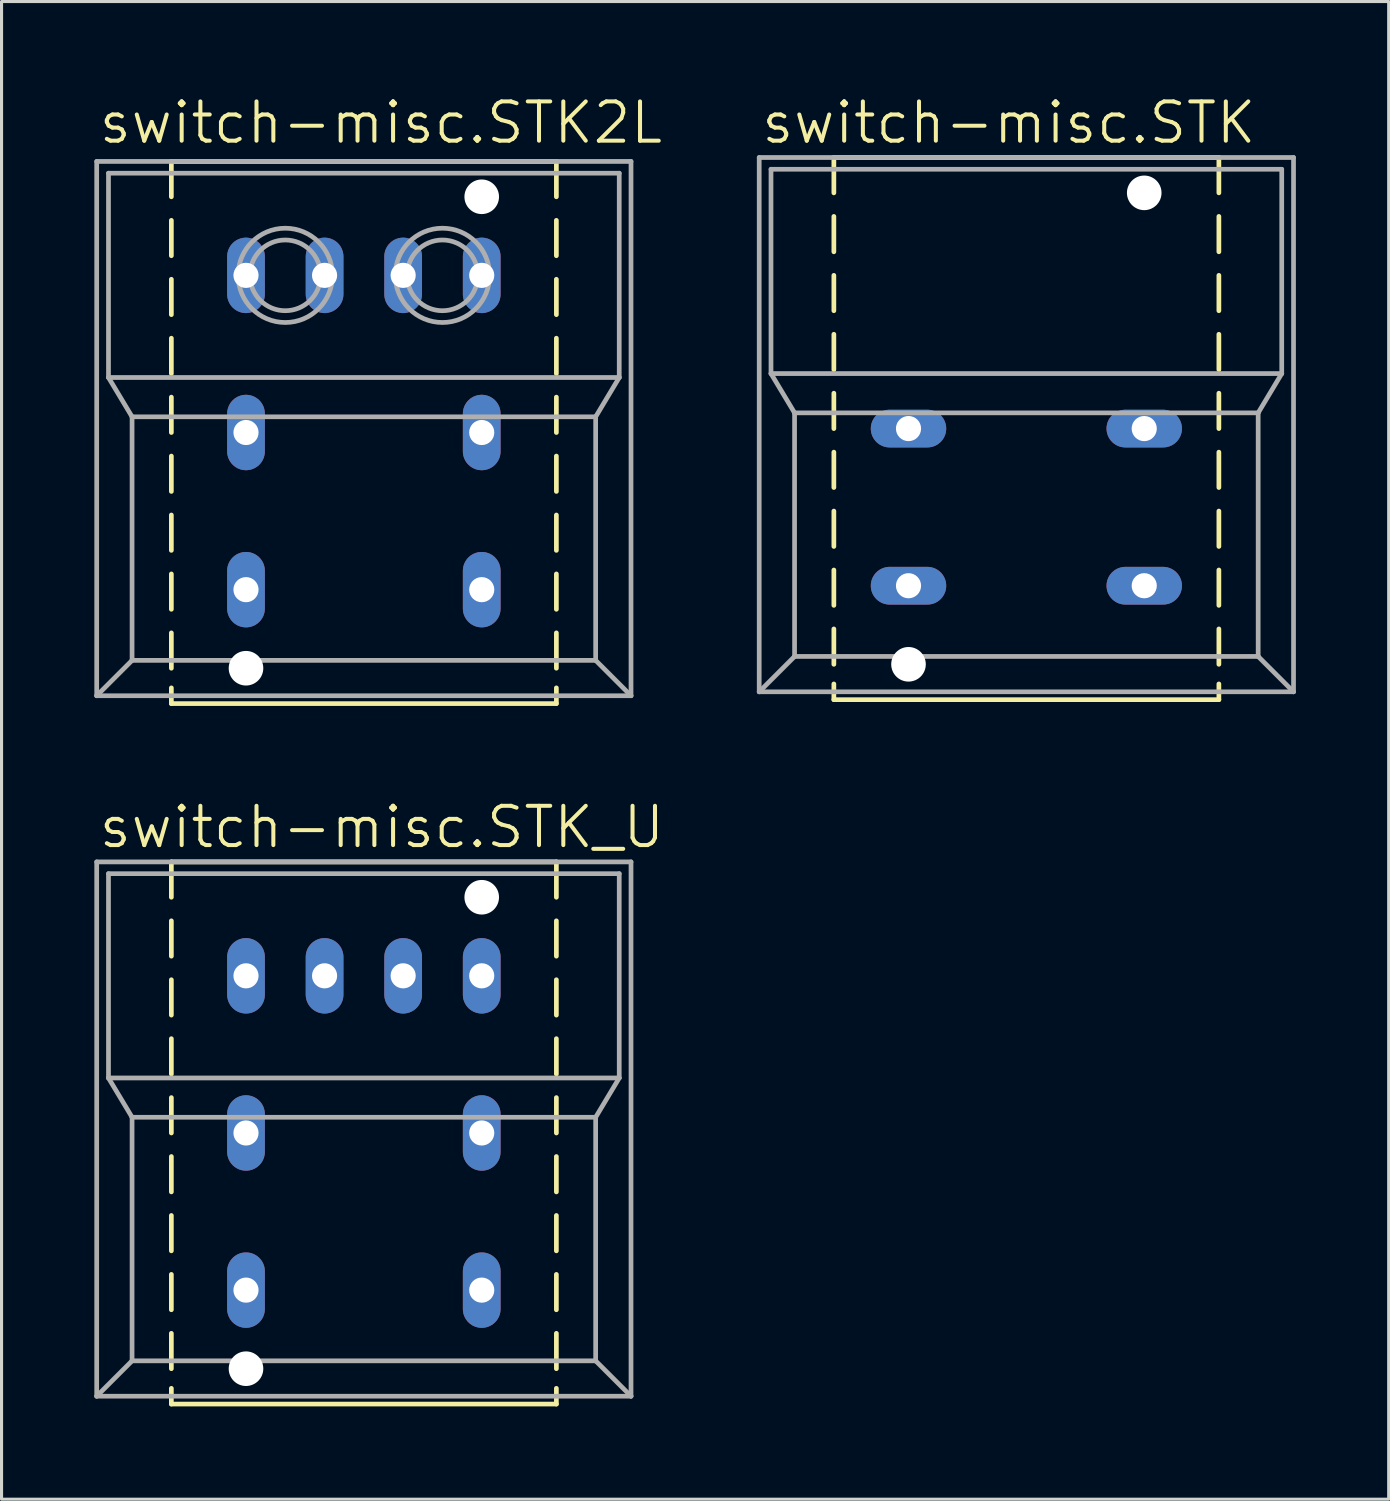
<source format=kicad_pcb>
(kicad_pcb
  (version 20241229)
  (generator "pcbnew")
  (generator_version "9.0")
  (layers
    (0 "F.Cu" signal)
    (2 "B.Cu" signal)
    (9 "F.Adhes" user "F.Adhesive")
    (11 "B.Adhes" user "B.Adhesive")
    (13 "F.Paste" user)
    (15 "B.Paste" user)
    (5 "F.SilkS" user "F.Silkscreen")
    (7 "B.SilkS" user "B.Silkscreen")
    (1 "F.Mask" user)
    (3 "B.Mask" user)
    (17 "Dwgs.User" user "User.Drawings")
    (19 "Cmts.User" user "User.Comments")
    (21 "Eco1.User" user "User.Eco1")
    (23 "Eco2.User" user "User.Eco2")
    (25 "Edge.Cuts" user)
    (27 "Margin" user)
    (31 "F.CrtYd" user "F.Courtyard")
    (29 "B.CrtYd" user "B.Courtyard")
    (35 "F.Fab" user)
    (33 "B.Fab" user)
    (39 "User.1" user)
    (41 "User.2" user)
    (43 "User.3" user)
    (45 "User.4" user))
  (footprint "switch-misc.STK2L"
    (layer "F.Cu")
    (at 8.712 10.931)
    (property "Reference" "switch-misc.STK2L" (at -8.636 -9.271 0) (layer "F.SilkS") (effects (font (size 1.27 1.27) (thickness 0.13)) (justify left bottom)))
    (attr through_hole)
    (fp_line (start -6.223 -8.763) (end -6.223 -7.62) (stroke (width 0.152) (type default)) (layer "F.SilkS"))
    (fp_line (start -6.223 -6.858) (end -6.223 -5.715) (stroke (width 0.152) (type default)) (layer "F.SilkS"))
    (fp_line (start -6.223 -4.953) (end -6.223 -3.81) (stroke (width 0.152) (type default)) (layer "F.SilkS"))
    (fp_line (start -6.223 -3.048) (end -6.223 -1.905) (stroke (width 0.152) (type default)) (layer "F.SilkS"))
    (fp_line (start -6.223 -1.143) (end -6.223 0) (stroke (width 0.152) (type default)) (layer "F.SilkS"))
    (fp_line (start -6.223 0.762) (end -6.223 1.905) (stroke (width 0.152) (type default)) (layer "F.SilkS"))
    (fp_line (start -6.223 2.667) (end -6.223 3.81) (stroke (width 0.152) (type default)) (layer "F.SilkS"))
    (fp_line (start -6.223 4.572) (end -6.223 5.715) (stroke (width 0.152) (type default)) (layer "F.SilkS"))
    (fp_line (start -6.223 6.477) (end -6.223 7.62) (stroke (width 0.152) (type default)) (layer "F.SilkS"))
    (fp_line (start -6.223 8.255) (end -6.223 8.763) (stroke (width 0.152) (type default)) (layer "F.SilkS"))
    (fp_line (start -6.223 8.763) (end 6.223 8.763) (stroke (width 0.152) (type default)) (layer "F.SilkS"))
    (fp_line (start 6.223 -8.763) (end -6.223 -8.763) (stroke (width 0.152) (type default)) (layer "F.SilkS"))
    (fp_line (start 6.223 -8.763) (end 6.223 -7.62) (stroke (width 0.152) (type default)) (layer "F.SilkS"))
    (fp_line (start 6.223 -6.858) (end 6.223 -5.715) (stroke (width 0.152) (type default)) (layer "F.SilkS"))
    (fp_line (start 6.223 -4.953) (end 6.223 -3.81) (stroke (width 0.152) (type default)) (layer "F.SilkS"))
    (fp_line (start 6.223 -3.048) (end 6.223 -1.905) (stroke (width 0.152) (type default)) (layer "F.SilkS"))
    (fp_line (start 6.223 -1.143) (end 6.223 0) (stroke (width 0.152) (type default)) (layer "F.SilkS"))
    (fp_line (start 6.223 0.762) (end 6.223 1.905) (stroke (width 0.152) (type default)) (layer "F.SilkS"))
    (fp_line (start 6.223 2.667) (end 6.223 3.81) (stroke (width 0.152) (type default)) (layer "F.SilkS"))
    (fp_line (start 6.223 4.572) (end 6.223 5.715) (stroke (width 0.152) (type default)) (layer "F.SilkS"))
    (fp_line (start 6.223 6.477) (end 6.223 7.62) (stroke (width 0.152) (type default)) (layer "F.SilkS"))
    (fp_line (start 6.223 8.255) (end 6.223 8.763) (stroke (width 0.152) (type default)) (layer "F.SilkS"))
    (fp_line (start -8.636 -8.763) (end -8.636 8.509) (stroke (width 0.152) (type default)) (layer "F.Fab"))
    (fp_line (start -8.255 -1.778) (end -8.255 -8.382) (stroke (width 0.152) (type default)) (layer "F.Fab"))
    (fp_line (start -8.255 -1.778) (end -7.493 -0.508) (stroke (width 0.152) (type default)) (layer "F.Fab"))
    (fp_line (start -8.255 -1.778) (end 8.255 -1.778) (stroke (width 0.152) (type default)) (layer "F.Fab"))
    (fp_line (start -7.493 7.366) (end -8.636 8.509) (stroke (width 0.152) (type default)) (layer "F.Fab"))
    (fp_line (start -7.493 7.366) (end -7.493 -0.508) (stroke (width 0.152) (type default)) (layer "F.Fab"))
    (fp_line (start -7.493 7.366) (end 7.493 7.366) (stroke (width 0.152) (type default)) (layer "F.Fab"))
    (fp_line (start 7.493 -0.508) (end -7.493 -0.508) (stroke (width 0.152) (type default)) (layer "F.Fab"))
    (fp_line (start 7.493 -0.508) (end 7.493 7.366) (stroke (width 0.152) (type default)) (layer "F.Fab"))
    (fp_line (start 7.493 7.366) (end 8.636 8.509) (stroke (width 0.152) (type default)) (layer "F.Fab"))
    (fp_line (start 8.255 -8.382) (end -8.255 -8.382) (stroke (width 0.152) (type default)) (layer "F.Fab"))
    (fp_line (start 8.255 -8.382) (end 8.255 -1.778) (stroke (width 0.152) (type default)) (layer "F.Fab"))
    (fp_line (start 8.255 -1.778) (end 7.493 -0.508) (stroke (width 0.152) (type default)) (layer "F.Fab"))
    (fp_line (start 8.636 -8.763) (end -8.636 -8.763) (stroke (width 0.152) (type default)) (layer "F.Fab"))
    (fp_line (start 8.636 -8.763) (end 8.636 8.509) (stroke (width 0.152) (type default)) (layer "F.Fab"))
    (fp_line (start 8.636 8.509) (end -8.636 8.509) (stroke (width 0.152) (type default)) (layer "F.Fab"))
    (fp_circle (center -2.54 -5.08) (end -1.397 -5.08) (stroke (width 0.152) (type default)) (fill no) (layer "F.Fab"))
    (fp_circle (center -2.54 -5.08) (end -1.016 -5.08) (stroke (width 0.152) (type default)) (fill no) (layer "F.Fab"))
    (fp_circle (center 2.54 -5.08) (end 3.683 -5.08) (stroke (width 0.152) (type default)) (fill no) (layer "F.Fab"))
    (fp_circle (center 2.54 -5.08) (end 4.064 -5.08) (stroke (width 0.152) (type default)) (fill no) (layer "F.Fab"))
    (pad "" np_thru_hole circle (at -3.81 7.62) (size 1.118 1.118) (drill 1.118) (layers "*.Cu" "*.Mask"))
    (pad "" np_thru_hole circle (at 3.81 -7.62) (size 1.118 1.118) (drill 1.118) (layers "*.Cu" "*.Mask"))
    (pad "+1" thru_hole oval (at -3.81 -5.08 90) (size 2.438 1.219) (drill 0.813) (layers "*.Cu" "*.Mask"))
    (pad "+2" thru_hole oval (at 3.81 -5.08 90) (size 2.438 1.219) (drill 0.813) (layers "*.Cu" "*.Mask"))
    (pad "-1" thru_hole oval (at -1.27 -5.08 90) (size 2.438 1.219) (drill 0.813) (layers "*.Cu" "*.Mask"))
    (pad "-2" thru_hole oval (at 1.27 -5.08 90) (size 2.438 1.219) (drill 0.813) (layers "*.Cu" "*.Mask"))
    (pad "1" thru_hole oval (at -3.81 5.08 90) (size 2.438 1.219) (drill 0.813) (layers "*.Cu" "*.Mask"))
    (pad "2" thru_hole oval (at -3.81 0 90) (size 2.438 1.219) (drill 0.813) (layers "*.Cu" "*.Mask"))
    (pad "3" thru_hole oval (at 3.81 0 90) (size 2.438 1.219) (drill 0.813) (layers "*.Cu" "*.Mask"))
    (pad "4" thru_hole oval (at 3.81 5.08 90) (size 2.438 1.219) (drill 0.813) (layers "*.Cu" "*.Mask")))
  (footprint "switch-misc.STK"
    (layer "F.Cu")
    (at 30.128 10.804)
    (property "Reference" "switch-misc.STK" (at -8.636 -9.144 0) (layer "F.SilkS") (effects (font (size 1.27 1.27) (thickness 0.13)) (justify left bottom)))
    (attr through_hole)
    (fp_line (start -6.223 -8.763) (end -6.223 -7.62) (stroke (width 0.152) (type default)) (layer "F.SilkS"))
    (fp_line (start -6.223 -6.858) (end -6.223 -5.715) (stroke (width 0.152) (type default)) (layer "F.SilkS"))
    (fp_line (start -6.223 -4.953) (end -6.223 -3.81) (stroke (width 0.152) (type default)) (layer "F.SilkS"))
    (fp_line (start -6.223 -3.048) (end -6.223 -1.905) (stroke (width 0.152) (type default)) (layer "F.SilkS"))
    (fp_line (start -6.223 -1.143) (end -6.223 0) (stroke (width 0.152) (type default)) (layer "F.SilkS"))
    (fp_line (start -6.223 0.762) (end -6.223 1.905) (stroke (width 0.152) (type default)) (layer "F.SilkS"))
    (fp_line (start -6.223 2.667) (end -6.223 3.81) (stroke (width 0.152) (type default)) (layer "F.SilkS"))
    (fp_line (start -6.223 4.572) (end -6.223 5.715) (stroke (width 0.152) (type default)) (layer "F.SilkS"))
    (fp_line (start -6.223 6.477) (end -6.223 7.62) (stroke (width 0.152) (type default)) (layer "F.SilkS"))
    (fp_line (start -6.223 8.255) (end -6.223 8.763) (stroke (width 0.152) (type default)) (layer "F.SilkS"))
    (fp_line (start -6.223 8.763) (end 6.223 8.763) (stroke (width 0.152) (type default)) (layer "F.SilkS"))
    (fp_line (start 6.223 -8.763) (end -6.223 -8.763) (stroke (width 0.152) (type default)) (layer "F.SilkS"))
    (fp_line (start 6.223 -8.763) (end 6.223 -7.62) (stroke (width 0.152) (type default)) (layer "F.SilkS"))
    (fp_line (start 6.223 -6.858) (end 6.223 -5.715) (stroke (width 0.152) (type default)) (layer "F.SilkS"))
    (fp_line (start 6.223 -4.953) (end 6.223 -3.81) (stroke (width 0.152) (type default)) (layer "F.SilkS"))
    (fp_line (start 6.223 -3.048) (end 6.223 -1.905) (stroke (width 0.152) (type default)) (layer "F.SilkS"))
    (fp_line (start 6.223 -1.143) (end 6.223 0) (stroke (width 0.152) (type default)) (layer "F.SilkS"))
    (fp_line (start 6.223 0.762) (end 6.223 1.905) (stroke (width 0.152) (type default)) (layer "F.SilkS"))
    (fp_line (start 6.223 2.667) (end 6.223 3.81) (stroke (width 0.152) (type default)) (layer "F.SilkS"))
    (fp_line (start 6.223 4.572) (end 6.223 5.715) (stroke (width 0.152) (type default)) (layer "F.SilkS"))
    (fp_line (start 6.223 6.477) (end 6.223 7.62) (stroke (width 0.152) (type default)) (layer "F.SilkS"))
    (fp_line (start 6.223 8.255) (end 6.223 8.763) (stroke (width 0.152) (type default)) (layer "F.SilkS"))
    (fp_line (start -8.636 -8.763) (end -8.636 8.509) (stroke (width 0.152) (type default)) (layer "F.Fab"))
    (fp_line (start -8.255 -1.778) (end -8.255 -8.382) (stroke (width 0.152) (type default)) (layer "F.Fab"))
    (fp_line (start -8.255 -1.778) (end -7.493 -0.508) (stroke (width 0.152) (type default)) (layer "F.Fab"))
    (fp_line (start -8.255 -1.778) (end 8.255 -1.778) (stroke (width 0.152) (type default)) (layer "F.Fab"))
    (fp_line (start -7.493 7.366) (end -8.636 8.509) (stroke (width 0.152) (type default)) (layer "F.Fab"))
    (fp_line (start -7.493 7.366) (end -7.493 -0.508) (stroke (width 0.152) (type default)) (layer "F.Fab"))
    (fp_line (start -7.493 7.366) (end 7.493 7.366) (stroke (width 0.152) (type default)) (layer "F.Fab"))
    (fp_line (start 7.493 -0.508) (end -7.493 -0.508) (stroke (width 0.152) (type default)) (layer "F.Fab"))
    (fp_line (start 7.493 -0.508) (end 7.493 7.366) (stroke (width 0.152) (type default)) (layer "F.Fab"))
    (fp_line (start 7.493 7.366) (end 8.636 8.509) (stroke (width 0.152) (type default)) (layer "F.Fab"))
    (fp_line (start 8.255 -8.382) (end -8.255 -8.382) (stroke (width 0.152) (type default)) (layer "F.Fab"))
    (fp_line (start 8.255 -8.382) (end 8.255 -1.778) (stroke (width 0.152) (type default)) (layer "F.Fab"))
    (fp_line (start 8.255 -1.778) (end 7.493 -0.508) (stroke (width 0.152) (type default)) (layer "F.Fab"))
    (fp_line (start 8.636 -8.763) (end -8.636 -8.763) (stroke (width 0.152) (type default)) (layer "F.Fab"))
    (fp_line (start 8.636 -8.763) (end 8.636 8.509) (stroke (width 0.152) (type default)) (layer "F.Fab"))
    (fp_line (start 8.636 8.509) (end -8.636 8.509) (stroke (width 0.152) (type default)) (layer "F.Fab"))
    (pad "" np_thru_hole circle (at -3.81 7.62) (size 1.118 1.118) (drill 1.118) (layers "*.Cu" "*.Mask"))
    (pad "" np_thru_hole circle (at 3.81 -7.62) (size 1.118 1.118) (drill 1.118) (layers "*.Cu" "*.Mask"))
    (pad "1" thru_hole oval (at -3.81 5.08) (size 2.438 1.219) (drill 0.813) (layers "*.Cu" "*.Mask"))
    (pad "2" thru_hole oval (at -3.81 0) (size 2.438 1.219) (drill 0.813) (layers "*.Cu" "*.Mask"))
    (pad "3" thru_hole oval (at 3.81 0) (size 2.438 1.219) (drill 0.813) (layers "*.Cu" "*.Mask"))
    (pad "4" thru_hole oval (at 3.81 5.08) (size 2.438 1.219) (drill 0.813) (layers "*.Cu" "*.Mask")))
  (footprint "switch-misc.STK_U"
    (layer "F.Cu")
    (at 8.712 33.574)
    (property "Reference" "switch-misc.STK_U" (at -8.636 -9.144 0) (layer "F.SilkS") (effects (font (size 1.27 1.27) (thickness 0.13)) (justify left bottom)))
    (attr through_hole)
    (fp_line (start -6.223 -8.763) (end -6.223 -7.62) (stroke (width 0.152) (type default)) (layer "F.SilkS"))
    (fp_line (start -6.223 -6.858) (end -6.223 -5.715) (stroke (width 0.152) (type default)) (layer "F.SilkS"))
    (fp_line (start -6.223 -4.953) (end -6.223 -3.81) (stroke (width 0.152) (type default)) (layer "F.SilkS"))
    (fp_line (start -6.223 -3.048) (end -6.223 -1.905) (stroke (width 0.152) (type default)) (layer "F.SilkS"))
    (fp_line (start -6.223 -1.143) (end -6.223 0) (stroke (width 0.152) (type default)) (layer "F.SilkS"))
    (fp_line (start -6.223 0.762) (end -6.223 1.905) (stroke (width 0.152) (type default)) (layer "F.SilkS"))
    (fp_line (start -6.223 2.667) (end -6.223 3.81) (stroke (width 0.152) (type default)) (layer "F.SilkS"))
    (fp_line (start -6.223 4.572) (end -6.223 5.715) (stroke (width 0.152) (type default)) (layer "F.SilkS"))
    (fp_line (start -6.223 6.477) (end -6.223 7.62) (stroke (width 0.152) (type default)) (layer "F.SilkS"))
    (fp_line (start -6.223 8.255) (end -6.223 8.763) (stroke (width 0.152) (type default)) (layer "F.SilkS"))
    (fp_line (start -6.223 8.763) (end 6.223 8.763) (stroke (width 0.152) (type default)) (layer "F.SilkS"))
    (fp_line (start 6.223 -8.763) (end -6.223 -8.763) (stroke (width 0.152) (type default)) (layer "F.SilkS"))
    (fp_line (start 6.223 -8.763) (end 6.223 -7.62) (stroke (width 0.152) (type default)) (layer "F.SilkS"))
    (fp_line (start 6.223 -6.858) (end 6.223 -5.715) (stroke (width 0.152) (type default)) (layer "F.SilkS"))
    (fp_line (start 6.223 -4.953) (end 6.223 -3.81) (stroke (width 0.152) (type default)) (layer "F.SilkS"))
    (fp_line (start 6.223 -3.048) (end 6.223 -1.905) (stroke (width 0.152) (type default)) (layer "F.SilkS"))
    (fp_line (start 6.223 -1.143) (end 6.223 0) (stroke (width 0.152) (type default)) (layer "F.SilkS"))
    (fp_line (start 6.223 0.762) (end 6.223 1.905) (stroke (width 0.152) (type default)) (layer "F.SilkS"))
    (fp_line (start 6.223 2.667) (end 6.223 3.81) (stroke (width 0.152) (type default)) (layer "F.SilkS"))
    (fp_line (start 6.223 4.572) (end 6.223 5.715) (stroke (width 0.152) (type default)) (layer "F.SilkS"))
    (fp_line (start 6.223 6.477) (end 6.223 7.62) (stroke (width 0.152) (type default)) (layer "F.SilkS"))
    (fp_line (start 6.223 8.255) (end 6.223 8.763) (stroke (width 0.152) (type default)) (layer "F.SilkS"))
    (fp_line (start -8.636 -8.763) (end -8.636 8.509) (stroke (width 0.152) (type default)) (layer "F.Fab"))
    (fp_line (start -8.255 -1.778) (end -8.255 -8.382) (stroke (width 0.152) (type default)) (layer "F.Fab"))
    (fp_line (start -8.255 -1.778) (end -7.493 -0.508) (stroke (width 0.152) (type default)) (layer "F.Fab"))
    (fp_line (start -8.255 -1.778) (end 8.255 -1.778) (stroke (width 0.152) (type default)) (layer "F.Fab"))
    (fp_line (start -7.493 7.366) (end -8.636 8.509) (stroke (width 0.152) (type default)) (layer "F.Fab"))
    (fp_line (start -7.493 7.366) (end -7.493 -0.508) (stroke (width 0.152) (type default)) (layer "F.Fab"))
    (fp_line (start -7.493 7.366) (end 7.493 7.366) (stroke (width 0.152) (type default)) (layer "F.Fab"))
    (fp_line (start 7.493 -0.508) (end -7.493 -0.508) (stroke (width 0.152) (type default)) (layer "F.Fab"))
    (fp_line (start 7.493 -0.508) (end 7.493 7.366) (stroke (width 0.152) (type default)) (layer "F.Fab"))
    (fp_line (start 7.493 7.366) (end 8.636 8.509) (stroke (width 0.152) (type default)) (layer "F.Fab"))
    (fp_line (start 8.255 -8.382) (end -8.255 -8.382) (stroke (width 0.152) (type default)) (layer "F.Fab"))
    (fp_line (start 8.255 -8.382) (end 8.255 -1.778) (stroke (width 0.152) (type default)) (layer "F.Fab"))
    (fp_line (start 8.255 -1.778) (end 7.493 -0.508) (stroke (width 0.152) (type default)) (layer "F.Fab"))
    (fp_line (start 8.636 -8.763) (end -8.636 -8.763) (stroke (width 0.152) (type default)) (layer "F.Fab"))
    (fp_line (start 8.636 -8.763) (end 8.636 8.509) (stroke (width 0.152) (type default)) (layer "F.Fab"))
    (fp_line (start 8.636 8.509) (end -8.636 8.509) (stroke (width 0.152) (type default)) (layer "F.Fab"))
    (pad "" np_thru_hole circle (at -3.81 7.62) (size 1.118 1.118) (drill 1.118) (layers "*.Cu" "*.Mask"))
    (pad "" np_thru_hole circle (at 3.81 -7.62) (size 1.118 1.118) (drill 1.118) (layers "*.Cu" "*.Mask"))
    (pad "+1" thru_hole oval (at -3.81 -5.08 90) (size 2.438 1.219) (drill 0.813) (layers "*.Cu" "*.Mask"))
    (pad "+2" thru_hole oval (at 3.81 -5.08 90) (size 2.438 1.219) (drill 0.813) (layers "*.Cu" "*.Mask"))
    (pad "-1" thru_hole oval (at -1.27 -5.08 90) (size 2.438 1.219) (drill 0.813) (layers "*.Cu" "*.Mask"))
    (pad "-2" thru_hole oval (at 1.27 -5.08 90) (size 2.438 1.219) (drill 0.813) (layers "*.Cu" "*.Mask"))
    (pad "1" thru_hole oval (at -3.81 5.08 90) (size 2.438 1.219) (drill 0.813) (layers "*.Cu" "*.Mask"))
    (pad "2" thru_hole oval (at -3.81 0 90) (size 2.438 1.219) (drill 0.813) (layers "*.Cu" "*.Mask"))
    (pad "3" thru_hole oval (at 3.81 0 90) (size 2.438 1.219) (drill 0.813) (layers "*.Cu" "*.Mask"))
    (pad "4" thru_hole oval (at 3.81 5.08 90) (size 2.438 1.219) (drill 0.813) (layers "*.Cu" "*.Mask")))
  (gr_rect
    (start -3 -3)
    (end 41.84 45.413)
    (stroke (width 0.1) (type default))
    (fill no)
    (layer "Edge.Cuts")))
</source>
